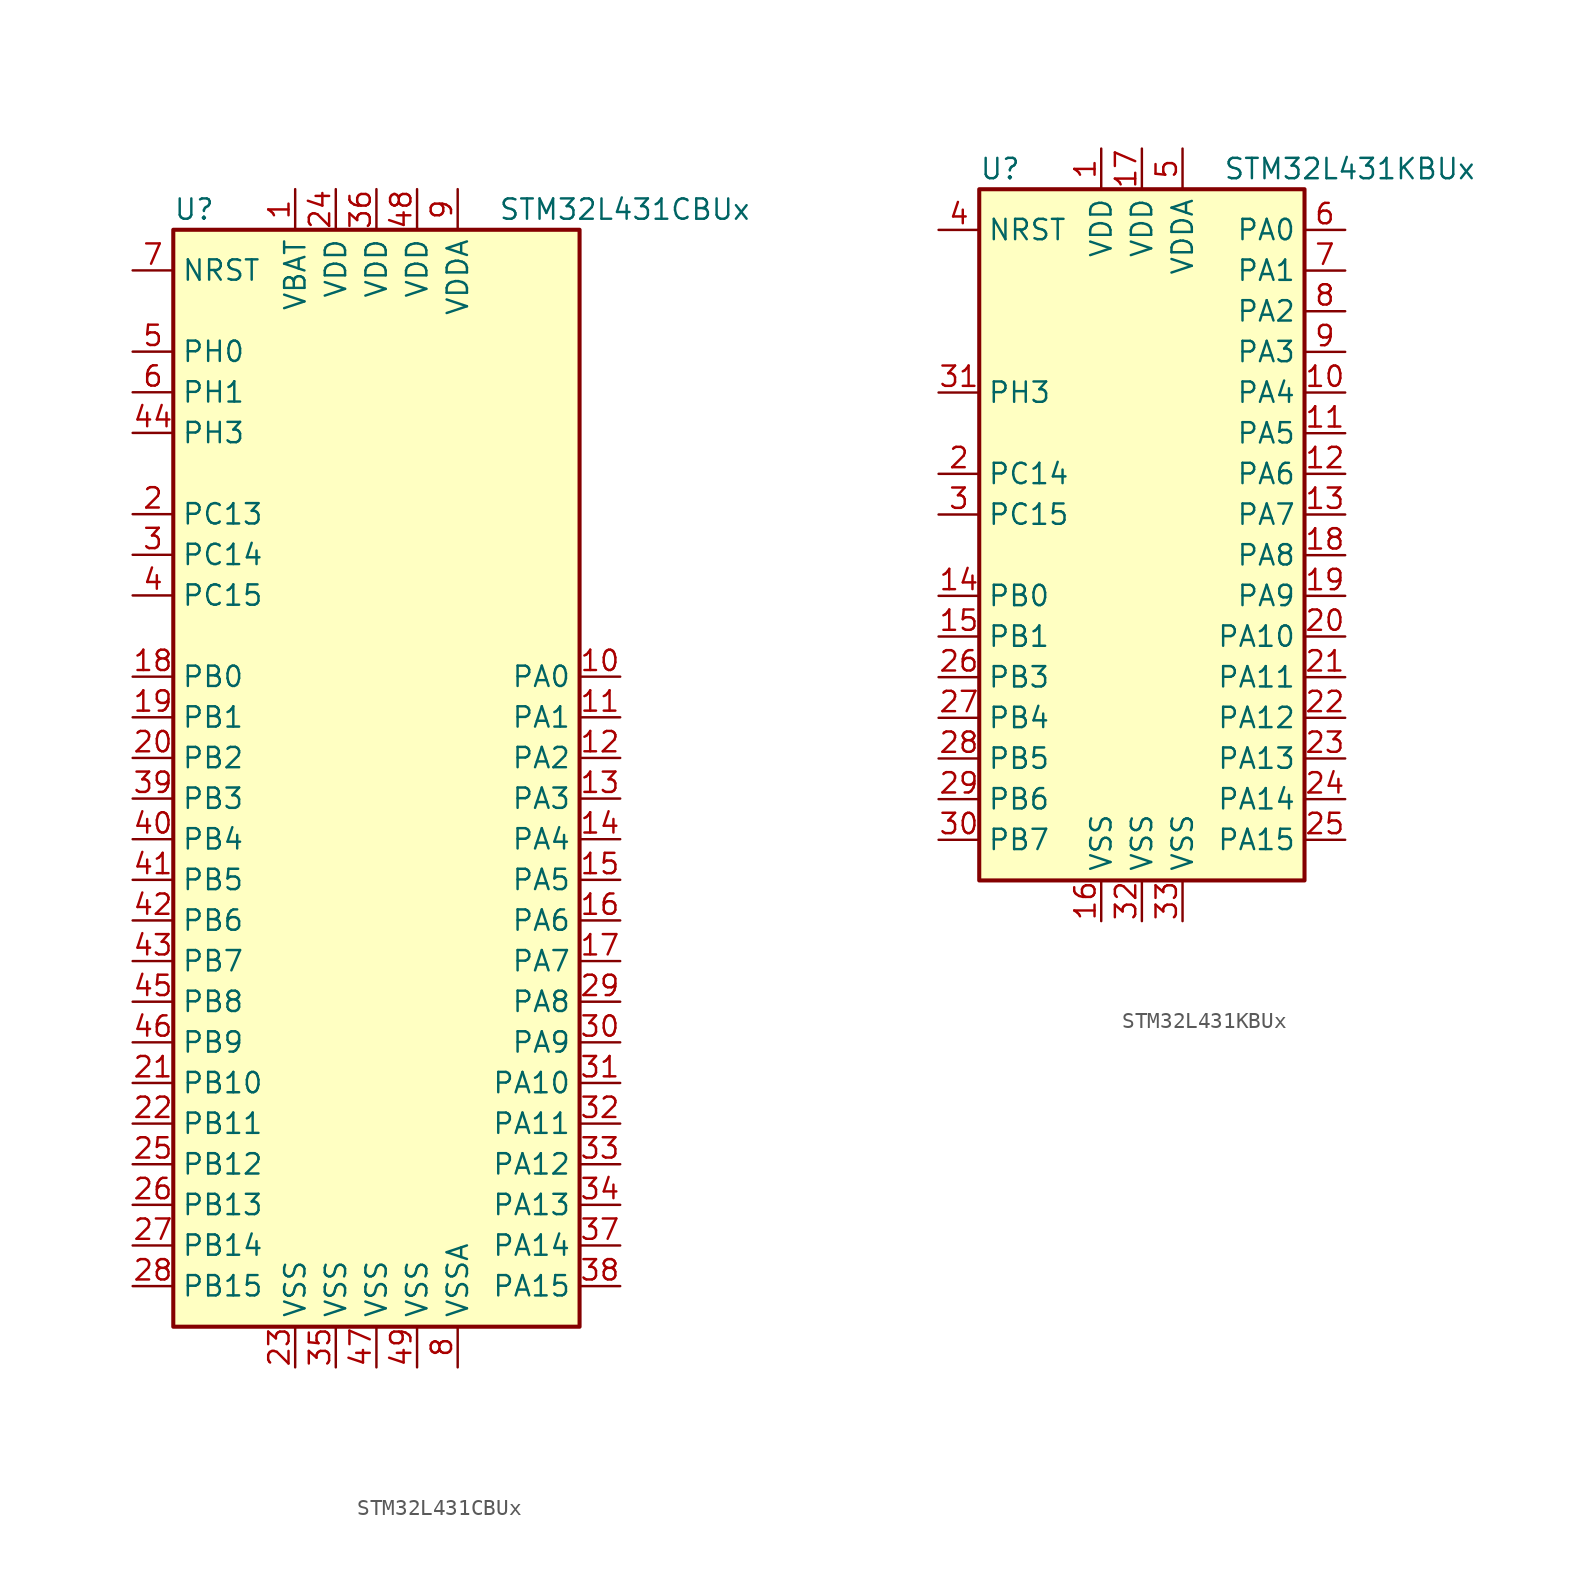
<source format=kicad_sym>
(kicad_symbol_lib
  (version 20201005)
  (generator kicad_symbol_editor)
  (symbol "STM32L431CBUx"
    (property "Reference" "U"
      (at -12.7 34.29 0)
      (effects (font (size 1.27 1.27)) (justify left)))
    (property "Value" "STM32L431CBUx"
      (at 7.62 34.29 0)
      (effects (font (size 1.27 1.27)) (justify left)))
    (symbol "STM32L431CBUx_0_1"
      (rectangle (start -12.7 -35.56) (end 12.7 33.02) (stroke (width 0.254)) (fill (type background))))
    (symbol "STM32L431CBUx_1_1"
      (pin power_in line (at -5.08 35.56 270) (length 2.54) (name "VBAT" (effects (font (size 1.27 1.27)))) (number "1" (effects (font (size 1.27 1.27)))))
      (pin bidirectional line (at 15.24 5.08 180) (length 2.54) (name "PA0" (effects (font (size 1.27 1.27)))) (number "10" (effects (font (size 1.27 1.27)))))
      (pin bidirectional line (at 15.24 2.54 180) (length 2.54) (name "PA1" (effects (font (size 1.27 1.27)))) (number "11" (effects (font (size 1.27 1.27)))))
      (pin bidirectional line (at 15.24 0 180) (length 2.54) (name "PA2" (effects (font (size 1.27 1.27)))) (number "12" (effects (font (size 1.27 1.27)))))
      (pin bidirectional line (at 15.24 -2.54 180) (length 2.54) (name "PA3" (effects (font (size 1.27 1.27)))) (number "13" (effects (font (size 1.27 1.27)))))
      (pin bidirectional line (at 15.24 -5.08 180) (length 2.54) (name "PA4" (effects (font (size 1.27 1.27)))) (number "14" (effects (font (size 1.27 1.27)))))
      (pin bidirectional line (at 15.24 -7.62 180) (length 2.54) (name "PA5" (effects (font (size 1.27 1.27)))) (number "15" (effects (font (size 1.27 1.27)))))
      (pin bidirectional line (at 15.24 -10.16 180) (length 2.54) (name "PA6" (effects (font (size 1.27 1.27)))) (number "16" (effects (font (size 1.27 1.27)))))
      (pin bidirectional line (at 15.24 -12.7 180) (length 2.54) (name "PA7" (effects (font (size 1.27 1.27)))) (number "17" (effects (font (size 1.27 1.27)))))
      (pin bidirectional line (at -15.24 5.08 0) (length 2.54) (name "PB0" (effects (font (size 1.27 1.27)))) (number "18" (effects (font (size 1.27 1.27)))))
      (pin bidirectional line (at -15.24 2.54 0) (length 2.54) (name "PB1" (effects (font (size 1.27 1.27)))) (number "19" (effects (font (size 1.27 1.27)))))
      (pin bidirectional line (at -15.24 15.24 0) (length 2.54) (name "PC13" (effects (font (size 1.27 1.27)))) (number "2" (effects (font (size 1.27 1.27)))))
      (pin bidirectional line (at -15.24 0 0) (length 2.54) (name "PB2" (effects (font (size 1.27 1.27)))) (number "20" (effects (font (size 1.27 1.27)))))
      (pin bidirectional line (at -15.24 -20.32 0) (length 2.54) (name "PB10" (effects (font (size 1.27 1.27)))) (number "21" (effects (font (size 1.27 1.27)))))
      (pin bidirectional line (at -15.24 -22.86 0) (length 2.54) (name "PB11" (effects (font (size 1.27 1.27)))) (number "22" (effects (font (size 1.27 1.27)))))
      (pin power_in line (at -5.08 -38.1 90) (length 2.54) (name "VSS" (effects (font (size 1.27 1.27)))) (number "23" (effects (font (size 1.27 1.27)))))
      (pin power_in line (at -2.54 35.56 270) (length 2.54) (name "VDD" (effects (font (size 1.27 1.27)))) (number "24" (effects (font (size 1.27 1.27)))))
      (pin bidirectional line (at -15.24 -25.4 0) (length 2.54) (name "PB12" (effects (font (size 1.27 1.27)))) (number "25" (effects (font (size 1.27 1.27)))))
      (pin bidirectional line (at -15.24 -27.94 0) (length 2.54) (name "PB13" (effects (font (size 1.27 1.27)))) (number "26" (effects (font (size 1.27 1.27)))))
      (pin bidirectional line (at -15.24 -30.48 0) (length 2.54) (name "PB14" (effects (font (size 1.27 1.27)))) (number "27" (effects (font (size 1.27 1.27)))))
      (pin bidirectional line (at -15.24 -33.02 0) (length 2.54) (name "PB15" (effects (font (size 1.27 1.27)))) (number "28" (effects (font (size 1.27 1.27)))))
      (pin bidirectional line (at 15.24 -15.24 180) (length 2.54) (name "PA8" (effects (font (size 1.27 1.27)))) (number "29" (effects (font (size 1.27 1.27)))))
      (pin bidirectional line (at -15.24 12.7 0) (length 2.54) (name "PC14" (effects (font (size 1.27 1.27)))) (number "3" (effects (font (size 1.27 1.27)))))
      (pin bidirectional line (at 15.24 -17.78 180) (length 2.54) (name "PA9" (effects (font (size 1.27 1.27)))) (number "30" (effects (font (size 1.27 1.27)))))
      (pin bidirectional line (at 15.24 -20.32 180) (length 2.54) (name "PA10" (effects (font (size 1.27 1.27)))) (number "31" (effects (font (size 1.27 1.27)))))
      (pin bidirectional line (at 15.24 -22.86 180) (length 2.54) (name "PA11" (effects (font (size 1.27 1.27)))) (number "32" (effects (font (size 1.27 1.27)))))
      (pin bidirectional line (at 15.24 -25.4 180) (length 2.54) (name "PA12" (effects (font (size 1.27 1.27)))) (number "33" (effects (font (size 1.27 1.27)))))
      (pin bidirectional line (at 15.24 -27.94 180) (length 2.54) (name "PA13" (effects (font (size 1.27 1.27)))) (number "34" (effects (font (size 1.27 1.27)))))
      (pin power_in line (at -2.54 -38.1 90) (length 2.54) (name "VSS" (effects (font (size 1.27 1.27)))) (number "35" (effects (font (size 1.27 1.27)))))
      (pin power_in line (at 0 35.56 270) (length 2.54) (name "VDD" (effects (font (size 1.27 1.27)))) (number "36" (effects (font (size 1.27 1.27)))))
      (pin bidirectional line (at 15.24 -30.48 180) (length 2.54) (name "PA14" (effects (font (size 1.27 1.27)))) (number "37" (effects (font (size 1.27 1.27)))))
      (pin bidirectional line (at 15.24 -33.02 180) (length 2.54) (name "PA15" (effects (font (size 1.27 1.27)))) (number "38" (effects (font (size 1.27 1.27)))))
      (pin bidirectional line (at -15.24 -2.54 0) (length 2.54) (name "PB3" (effects (font (size 1.27 1.27)))) (number "39" (effects (font (size 1.27 1.27)))))
      (pin bidirectional line (at -15.24 10.16 0) (length 2.54) (name "PC15" (effects (font (size 1.27 1.27)))) (number "4" (effects (font (size 1.27 1.27)))))
      (pin bidirectional line (at -15.24 -5.08 0) (length 2.54) (name "PB4" (effects (font (size 1.27 1.27)))) (number "40" (effects (font (size 1.27 1.27)))))
      (pin bidirectional line (at -15.24 -7.62 0) (length 2.54) (name "PB5" (effects (font (size 1.27 1.27)))) (number "41" (effects (font (size 1.27 1.27)))))
      (pin bidirectional line (at -15.24 -10.16 0) (length 2.54) (name "PB6" (effects (font (size 1.27 1.27)))) (number "42" (effects (font (size 1.27 1.27)))))
      (pin bidirectional line (at -15.24 -12.7 0) (length 2.54) (name "PB7" (effects (font (size 1.27 1.27)))) (number "43" (effects (font (size 1.27 1.27)))))
      (pin bidirectional line (at -15.24 20.32 0) (length 2.54) (name "PH3" (effects (font (size 1.27 1.27)))) (number "44" (effects (font (size 1.27 1.27)))))
      (pin bidirectional line (at -15.24 -15.24 0) (length 2.54) (name "PB8" (effects (font (size 1.27 1.27)))) (number "45" (effects (font (size 1.27 1.27)))))
      (pin bidirectional line (at -15.24 -17.78 0) (length 2.54) (name "PB9" (effects (font (size 1.27 1.27)))) (number "46" (effects (font (size 1.27 1.27)))))
      (pin power_in line (at 0 -38.1 90) (length 2.54) (name "VSS" (effects (font (size 1.27 1.27)))) (number "47" (effects (font (size 1.27 1.27)))))
      (pin power_in line (at 2.54 35.56 270) (length 2.54) (name "VDD" (effects (font (size 1.27 1.27)))) (number "48" (effects (font (size 1.27 1.27)))))
      (pin power_in line (at 2.54 -38.1 90) (length 2.54) (name "VSS" (effects (font (size 1.27 1.27)))) (number "49" (effects (font (size 1.27 1.27)))))
      (pin input line (at -15.24 25.4 0) (length 2.54) (name "PH0" (effects (font (size 1.27 1.27)))) (number "5" (effects (font (size 1.27 1.27)))))
      (pin input line (at -15.24 22.86 0) (length 2.54) (name "PH1" (effects (font (size 1.27 1.27)))) (number "6" (effects (font (size 1.27 1.27)))))
      (pin input line (at -15.24 30.48 0) (length 2.54) (name "NRST" (effects (font (size 1.27 1.27)))) (number "7" (effects (font (size 1.27 1.27)))))
      (pin power_in line (at 5.08 -38.1 90) (length 2.54) (name "VSSA" (effects (font (size 1.27 1.27)))) (number "8" (effects (font (size 1.27 1.27)))))
      (pin power_in line (at 5.08 35.56 270) (length 2.54) (name "VDDA" (effects (font (size 1.27 1.27)))) (number "9" (effects (font (size 1.27 1.27)))))))
  (symbol "STM32L431KBUx"
    (property "Reference" "U"
      (at -10.16 21.59 0)
      (effects (font (size 1.27 1.27)) (justify left)))
    (property "Value" "STM32L431KBUx"
      (at 5.08 21.59 0)
      (effects (font (size 1.27 1.27)) (justify left)))
    (symbol "STM32L431KBUx_0_1"
      (rectangle (start -10.16 -22.86) (end 10.16 20.32) (stroke (width 0.254)) (fill (type background))))
    (symbol "STM32L431KBUx_1_1"
      (pin power_in line (at -2.54 22.86 270) (length 2.54) (name "VDD" (effects (font (size 1.27 1.27)))) (number "1" (effects (font (size 1.27 1.27)))))
      (pin bidirectional line (at 12.7 7.62 180) (length 2.54) (name "PA4" (effects (font (size 1.27 1.27)))) (number "10" (effects (font (size 1.27 1.27)))))
      (pin bidirectional line (at 12.7 5.08 180) (length 2.54) (name "PA5" (effects (font (size 1.27 1.27)))) (number "11" (effects (font (size 1.27 1.27)))))
      (pin bidirectional line (at 12.7 2.54 180) (length 2.54) (name "PA6" (effects (font (size 1.27 1.27)))) (number "12" (effects (font (size 1.27 1.27)))))
      (pin bidirectional line (at 12.7 0 180) (length 2.54) (name "PA7" (effects (font (size 1.27 1.27)))) (number "13" (effects (font (size 1.27 1.27)))))
      (pin bidirectional line (at -12.7 -5.08 0) (length 2.54) (name "PB0" (effects (font (size 1.27 1.27)))) (number "14" (effects (font (size 1.27 1.27)))))
      (pin bidirectional line (at -12.7 -7.62 0) (length 2.54) (name "PB1" (effects (font (size 1.27 1.27)))) (number "15" (effects (font (size 1.27 1.27)))))
      (pin power_in line (at -2.54 -25.4 90) (length 2.54) (name "VSS" (effects (font (size 1.27 1.27)))) (number "16" (effects (font (size 1.27 1.27)))))
      (pin power_in line (at 0 22.86 270) (length 2.54) (name "VDD" (effects (font (size 1.27 1.27)))) (number "17" (effects (font (size 1.27 1.27)))))
      (pin bidirectional line (at 12.7 -2.54 180) (length 2.54) (name "PA8" (effects (font (size 1.27 1.27)))) (number "18" (effects (font (size 1.27 1.27)))))
      (pin bidirectional line (at 12.7 -5.08 180) (length 2.54) (name "PA9" (effects (font (size 1.27 1.27)))) (number "19" (effects (font (size 1.27 1.27)))))
      (pin bidirectional line (at -12.7 2.54 0) (length 2.54) (name "PC14" (effects (font (size 1.27 1.27)))) (number "2" (effects (font (size 1.27 1.27)))))
      (pin bidirectional line (at 12.7 -7.62 180) (length 2.54) (name "PA10" (effects (font (size 1.27 1.27)))) (number "20" (effects (font (size 1.27 1.27)))))
      (pin bidirectional line (at 12.7 -10.16 180) (length 2.54) (name "PA11" (effects (font (size 1.27 1.27)))) (number "21" (effects (font (size 1.27 1.27)))))
      (pin bidirectional line (at 12.7 -12.7 180) (length 2.54) (name "PA12" (effects (font (size 1.27 1.27)))) (number "22" (effects (font (size 1.27 1.27)))))
      (pin bidirectional line (at 12.7 -15.24 180) (length 2.54) (name "PA13" (effects (font (size 1.27 1.27)))) (number "23" (effects (font (size 1.27 1.27)))))
      (pin bidirectional line (at 12.7 -17.78 180) (length 2.54) (name "PA14" (effects (font (size 1.27 1.27)))) (number "24" (effects (font (size 1.27 1.27)))))
      (pin bidirectional line (at 12.7 -20.32 180) (length 2.54) (name "PA15" (effects (font (size 1.27 1.27)))) (number "25" (effects (font (size 1.27 1.27)))))
      (pin bidirectional line (at -12.7 -10.16 0) (length 2.54) (name "PB3" (effects (font (size 1.27 1.27)))) (number "26" (effects (font (size 1.27 1.27)))))
      (pin bidirectional line (at -12.7 -12.7 0) (length 2.54) (name "PB4" (effects (font (size 1.27 1.27)))) (number "27" (effects (font (size 1.27 1.27)))))
      (pin bidirectional line (at -12.7 -15.24 0) (length 2.54) (name "PB5" (effects (font (size 1.27 1.27)))) (number "28" (effects (font (size 1.27 1.27)))))
      (pin bidirectional line (at -12.7 -17.78 0) (length 2.54) (name "PB6" (effects (font (size 1.27 1.27)))) (number "29" (effects (font (size 1.27 1.27)))))
      (pin bidirectional line (at -12.7 0 0) (length 2.54) (name "PC15" (effects (font (size 1.27 1.27)))) (number "3" (effects (font (size 1.27 1.27)))))
      (pin bidirectional line (at -12.7 -20.32 0) (length 2.54) (name "PB7" (effects (font (size 1.27 1.27)))) (number "30" (effects (font (size 1.27 1.27)))))
      (pin bidirectional line (at -12.7 7.62 0) (length 2.54) (name "PH3" (effects (font (size 1.27 1.27)))) (number "31" (effects (font (size 1.27 1.27)))))
      (pin power_in line (at 0 -25.4 90) (length 2.54) (name "VSS" (effects (font (size 1.27 1.27)))) (number "32" (effects (font (size 1.27 1.27)))))
      (pin power_in line (at 2.54 -25.4 90) (length 2.54) (name "VSS" (effects (font (size 1.27 1.27)))) (number "33" (effects (font (size 1.27 1.27)))))
      (pin input line (at -12.7 17.78 0) (length 2.54) (name "NRST" (effects (font (size 1.27 1.27)))) (number "4" (effects (font (size 1.27 1.27)))))
      (pin power_in line (at 2.54 22.86 270) (length 2.54) (name "VDDA" (effects (font (size 1.27 1.27)))) (number "5" (effects (font (size 1.27 1.27)))))
      (pin bidirectional line (at 12.7 17.78 180) (length 2.54) (name "PA0" (effects (font (size 1.27 1.27)))) (number "6" (effects (font (size 1.27 1.27)))))
      (pin bidirectional line (at 12.7 15.24 180) (length 2.54) (name "PA1" (effects (font (size 1.27 1.27)))) (number "7" (effects (font (size 1.27 1.27)))))
      (pin bidirectional line (at 12.7 12.7 180) (length 2.54) (name "PA2" (effects (font (size 1.27 1.27)))) (number "8" (effects (font (size 1.27 1.27)))))
      (pin bidirectional line (at 12.7 10.16 180) (length 2.54) (name "PA3" (effects (font (size 1.27 1.27)))) (number "9" (effects (font (size 1.27 1.27))))))))
</source>
